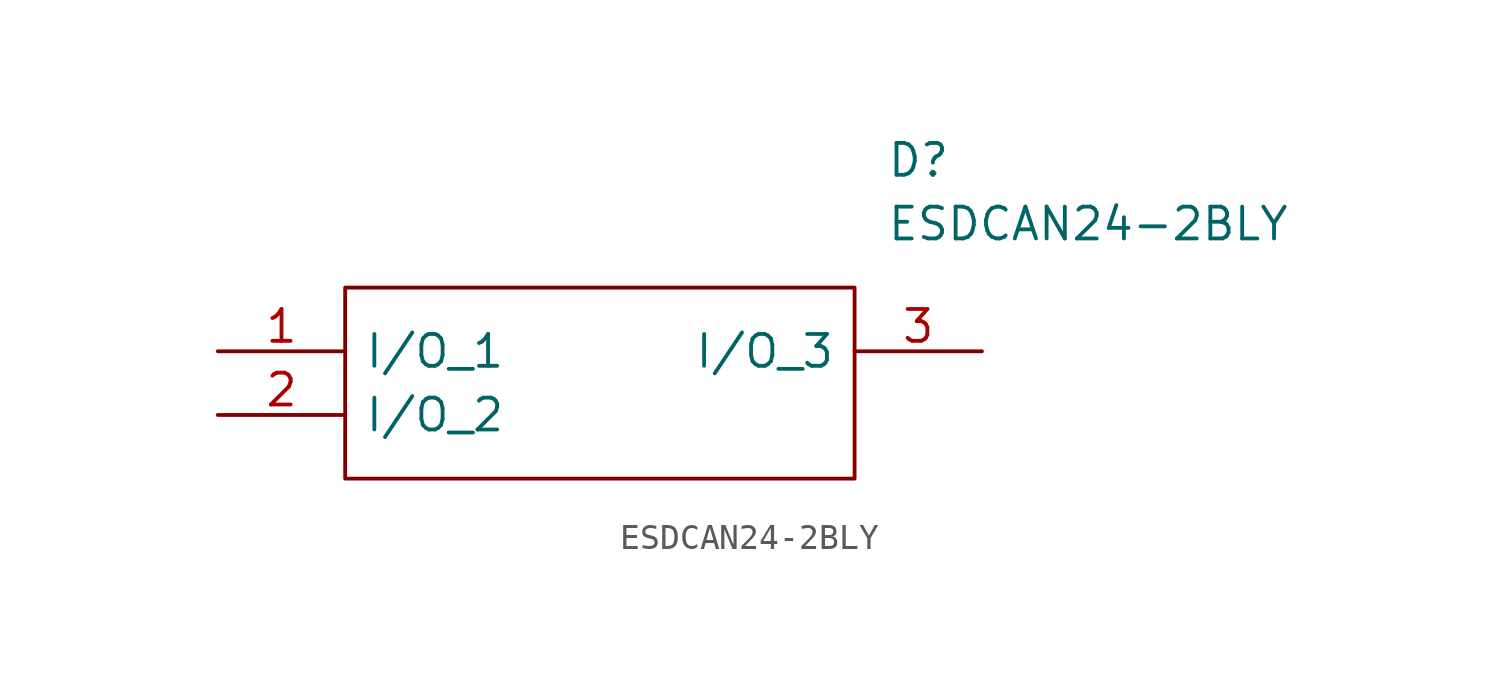
<source format=kicad_sym>
(kicad_symbol_lib
  (version 20231120)
  (generator "kicad_symbol_editor")
  (generator_version "8.0")
  (symbol "ESDCAN24-2BLY"
    (pin_names
      (offset 0.762))
    (property "Reference" "D"
      (at 26.67 7.62 0)
      (effects (font (size 1.27 1.27)) (justify left)))
    (property "Value" "ESDCAN24-2BLY"
      (at 26.67 5.08 0)
      (effects (font (size 1.27 1.27)) (justify left)))
    (symbol "ESDCAN24-2BLY_0_0"
      (pin passive line (at 0 0 0) (length 5.08) (name "I/O_1" (effects (font (size 1.27 1.27)))) (number "1" (effects (font (size 1.27 1.27)))))
      (pin passive line (at 0 -2.54 0) (length 5.08) (name "I/O_2" (effects (font (size 1.27 1.27)))) (number "2" (effects (font (size 1.27 1.27)))))
      (pin passive line (at 30.48 0 180) (length 5.08) (name "I/O_3" (effects (font (size 1.27 1.27)))) (number "3" (effects (font (size 1.27 1.27))))))
    (symbol "ESDCAN24-2BLY_0_1"
      (polyline (pts (xy 5.08 2.54) (xy 25.4 2.54) (xy 25.4 -5.08) (xy 5.08 -5.08) (xy 5.08 2.54)) (stroke (width 0.152) (type solid)) (fill (type none))))))
</source>
